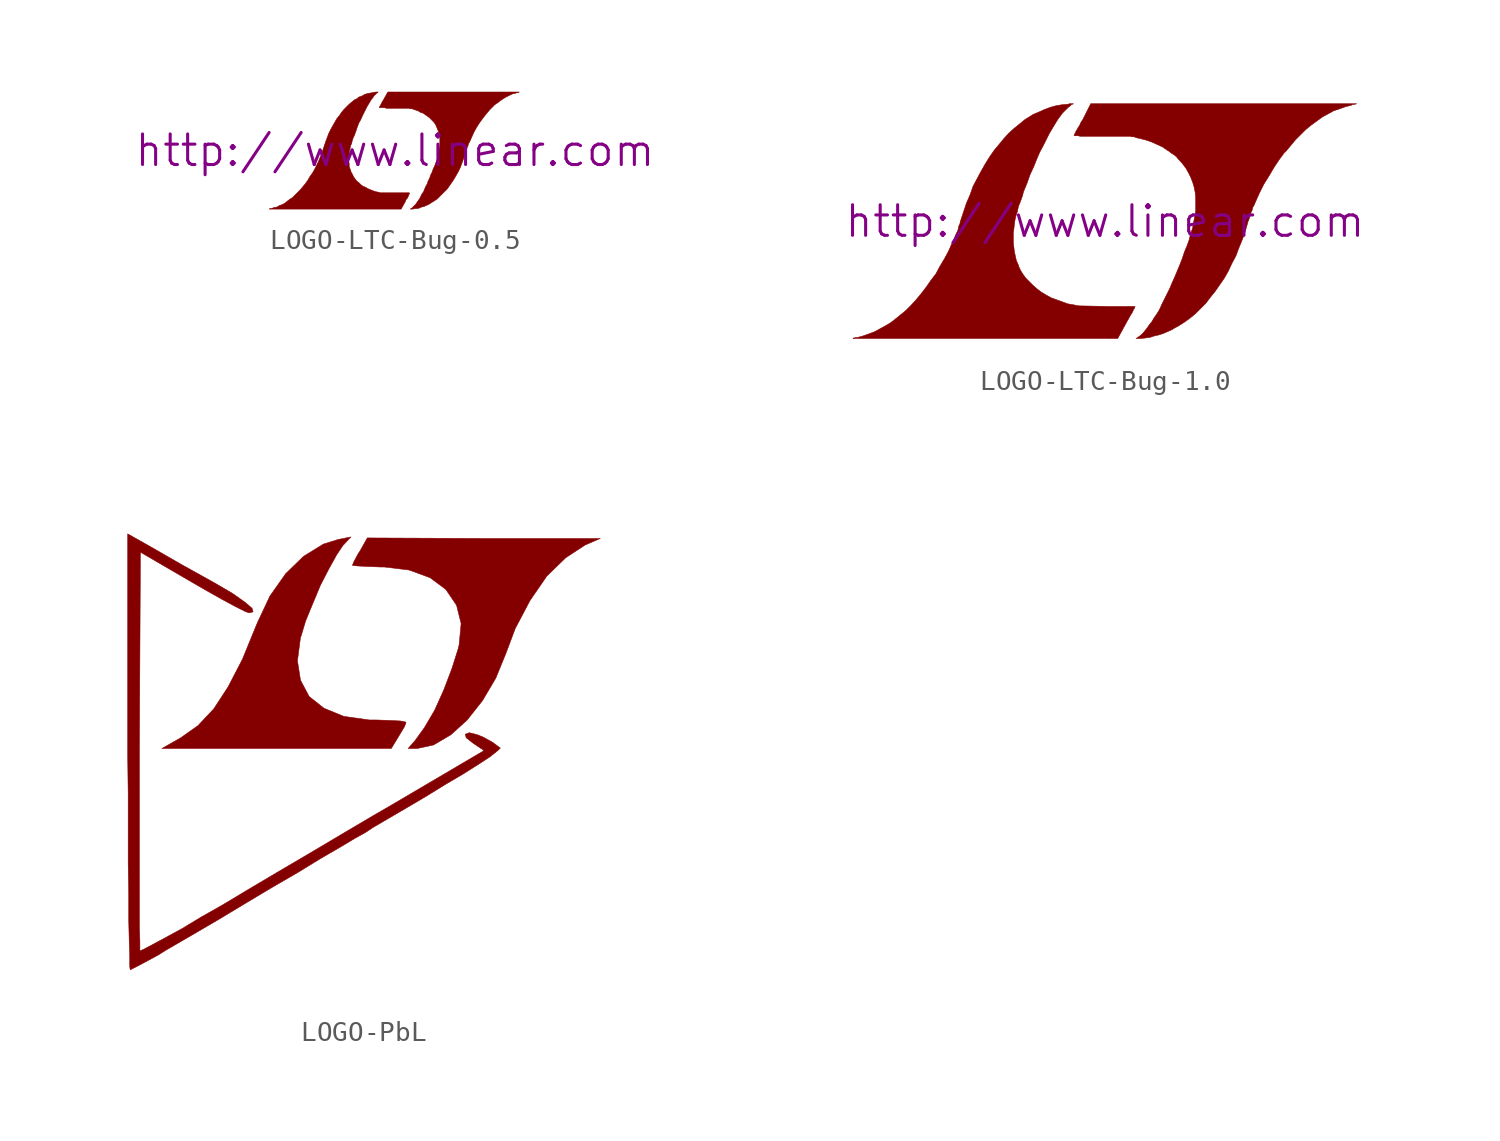
<source format=kicad_sym>
(kicad_symbol_lib
  (version 20201005)
  (generator kicad_symbol_editor)
  (symbol "LOGO-LTC-Bug-0.5"
    (pin_names
      (offset 1.016))
    (property "Reference" "#G"
      (at 0 -2.159 0)
      (effects (font (size 1.524 1.524)) hide))
    (property "Footprint" ""
      (at 0 0 0)
      (effects (font (size 1.524 1.524))))
    (property "Datasheet" "http://www.linear.com"
      (at 0 0 0)
      (effects (font (size 1.524 1.524))))
    (symbol "LOGO-LTC-Bug-0.5_0_0"
      (polyline (pts (xy 0.991 -2.896) (xy 1.092 -2.896) (xy 1.219 -2.87) (xy 1.321 -2.819) (xy 1.448 -2.794) (xy 1.549 -2.743) (xy 1.676 -2.692) (xy 1.829 -2.591) (xy 1.956 -2.515) (xy 2.108 -2.413) (xy 2.616 -1.905) (xy 2.718 -1.753) (xy 2.845 -1.575) (xy 2.946 -1.422) (xy 3.15 -1.067) (xy 3.251 -0.864) (xy 3.404 -0.457) (xy 3.556 0) (xy 3.556 0.025) (xy 3.581 0.102) (xy 3.607 0.152) (xy 3.632 0.229) (xy 3.658 0.279) (xy 3.658 0.33) (xy 3.708 0.406) (xy 3.734 0.457) (xy 3.937 0.914) (xy 4.064 1.143) (xy 4.191 1.346) (xy 4.318 1.524) (xy 4.47 1.727) (xy 4.724 2.032) (xy 4.978 2.286) (xy 5.131 2.388) (xy 5.258 2.489) (xy 5.41 2.591) (xy 5.537 2.667) (xy 5.842 2.819) (xy 5.969 2.845) (xy 6.121 2.896) (xy 6.172 2.896) (xy 6.198 2.921) (xy -0.356 2.921) (xy -0.584 2.515) (xy -0.635 2.438) (xy -0.737 2.235) (xy -0.762 2.21) (xy -0.762 2.159) (xy -0.787 2.134) (xy -0.508 2.134) (xy -0.432 2.108) (xy 0.711 2.108) (xy 0.737 2.083) (xy 0.838 2.083) (xy 1.143 1.981) (xy 1.27 1.905) (xy 1.422 1.854) (xy 1.549 1.753) (xy 1.575 1.753) (xy 1.626 1.702) (xy 1.702 1.651) (xy 1.93 1.422) (xy 2.007 1.321) (xy 2.057 1.219) (xy 2.159 0.965) (xy 2.21 0.864) (xy 2.235 0.711) (xy 2.235 0.254) (xy 2.21 0.127) (xy 2.134 -0.33) (xy 2.083 -0.483) (xy 2.032 -0.61) (xy 1.981 -0.762) (xy 1.905 -0.914) (xy 1.854 -1.067) (xy 1.778 -1.219) (xy 1.727 -1.372) (xy 1.651 -1.524) (xy 1.6 -1.676) (xy 1.524 -1.803) (xy 1.422 -2.057) (xy 1.346 -2.159) (xy 1.219 -2.413) (xy 1.143 -2.515) (xy 1.041 -2.667) (xy 0.838 -2.87) (xy 0.787 -2.896) (xy 0.762 -2.921) (xy 0.889 -2.921) (xy 0.991 -2.896)) (stroke (width 0.025)) (fill (type outline)))
      (polyline (pts (xy 0.533 -2.515) (xy 0.533 -2.489) (xy 0.559 -2.438) (xy 0.61 -2.388) (xy 0.686 -2.235) (xy 0.686 -2.21) (xy 0.711 -2.159) (xy 0.737 -2.134) (xy 0.711 -2.108) (xy -0.737 -2.108) (xy -0.787 -2.083) (xy -0.94 -2.057) (xy -1.092 -2.007) (xy -1.346 -1.905) (xy -1.473 -1.829) (xy -1.6 -1.778) (xy -1.702 -1.702) (xy -1.803 -1.6) (xy -1.905 -1.524) (xy -2.057 -1.321) (xy -2.159 -1.118) (xy -2.184 -1.092) (xy -2.21 -0.991) (xy -2.261 -0.864) (xy -2.286 -0.762) (xy -2.286 -0.635) (xy -2.311 -0.508) (xy -2.311 -0.381) (xy -2.286 -0.305) (xy -2.286 -0.102) (xy -2.261 0.025) (xy -2.235 0.127) (xy -2.21 0.254) (xy -2.159 0.356) (xy -2.134 0.483) (xy -2.083 0.635) (xy -2.032 0.737) (xy -1.956 0.94) (xy -1.88 1.168) (xy -1.803 1.372) (xy -1.702 1.549) (xy -1.626 1.727) (xy -1.397 2.184) (xy -1.168 2.565) (xy -1.092 2.642) (xy -1.092 2.692) (xy -1.041 2.718) (xy -1.016 2.769) (xy -0.965 2.794) (xy -0.94 2.845) (xy -0.889 2.87) (xy -0.838 2.921) (xy -0.94 2.921) (xy -1.092 2.896) (xy -1.219 2.87) (xy -1.372 2.845) (xy -1.524 2.794) (xy -1.651 2.718) (xy -1.803 2.667) (xy -1.93 2.565) (xy -2.007 2.54) (xy -2.134 2.438) (xy -2.286 2.311) (xy -2.54 2.057) (xy -2.667 1.905) (xy -2.769 1.753) (xy -2.896 1.6) (xy -3.2 1.067) (xy -3.302 0.864) (xy -3.454 0.457) (xy -3.607 0) (xy -3.632 -0.051) (xy -3.658 -0.127) (xy -3.658 -0.178) (xy -3.734 -0.33) (xy -3.759 -0.406) (xy -3.785 -0.457) (xy -3.81 -0.533) (xy -4.013 -0.94) (xy -4.115 -1.118) (xy -4.242 -1.295) (xy -4.343 -1.473) (xy -4.47 -1.651) (xy -4.724 -1.956) (xy -5.105 -2.337) (xy -5.258 -2.438) (xy -5.359 -2.515) (xy -5.486 -2.616) (xy -5.613 -2.692) (xy -5.766 -2.743) (xy -5.893 -2.819) (xy -6.045 -2.845) (xy -6.172 -2.896) (xy -6.248 -2.896) (xy -6.274 -2.921) (xy 0.305 -2.921) (xy 0.533 -2.515)) (stroke (width 0.025)) (fill (type outline)))))
  (symbol "LOGO-LTC-Bug-1.0"
    (pin_names
      (offset 1.016))
    (property "Reference" "#G"
      (at 0 -5.105 0)
      (effects (font (size 1.524 1.524)) hide))
    (property "Footprint" ""
      (at 0 0 0)
      (effects (font (size 1.524 1.524))))
    (property "Datasheet" "http://www.linear.com"
      (at 0 0 0)
      (effects (font (size 1.524 1.524))))
    (symbol "LOGO-LTC-Bug-1.0_0_0"
      (polyline (pts (xy 1.067 -5.055) (xy 1.092 -5.004) (xy 1.168 -4.877) (xy 1.219 -4.775) (xy 1.295 -4.648) (xy 1.346 -4.572) (xy 1.397 -4.47) (xy 1.422 -4.394) (xy 1.473 -4.343) (xy 1.473 -4.293) (xy 1.499 -4.267) (xy 1.499 -4.242) (xy 0.102 -4.242) (xy -1.295 -4.216) (xy -1.448 -4.191) (xy -1.549 -4.166) (xy -1.854 -4.115) (xy -2.692 -3.81) (xy -2.921 -3.683) (xy -3.175 -3.531) (xy -3.378 -3.378) (xy -3.581 -3.2) (xy -3.937 -2.845) (xy -4.089 -2.642) (xy -4.216 -2.438) (xy -4.318 -2.21) (xy -4.318 -2.184) (xy -4.42 -1.956) (xy -4.521 -1.499) (xy -4.572 -1.041) (xy -4.572 -0.61) (xy -4.547 -0.406) (xy -4.521 -0.178) (xy -4.496 0.025) (xy -4.445 0.254) (xy -4.369 0.483) (xy -4.318 0.737) (xy -4.216 0.991) (xy -4.115 1.27) (xy -4.064 1.473) (xy -3.886 1.905) (xy -3.734 2.337) (xy -3.556 2.718) (xy -3.404 3.099) (xy -3.251 3.454) (xy -3.073 3.785) (xy -2.769 4.394) (xy -2.464 4.902) (xy -2.337 5.105) (xy -2.184 5.309) (xy -2.134 5.385) (xy -1.829 5.69) (xy -1.753 5.74) (xy -1.651 5.842) (xy -1.6 5.842) (xy -1.575 5.867) (xy -1.778 5.867) (xy -1.829 5.842) (xy -2.134 5.817) (xy -2.438 5.766) (xy -2.718 5.69) (xy -2.997 5.588) (xy -3.277 5.461) (xy -3.581 5.334) (xy -3.861 5.156) (xy -3.988 5.08) (xy -4.267 4.851) (xy -4.521 4.648) (xy -4.801 4.394) (xy -5.055 4.115) (xy -5.283 3.835) (xy -5.537 3.531) (xy -5.766 3.2) (xy -5.969 2.87) (xy -6.172 2.515) (xy -6.579 1.753) (xy -6.731 1.321) (xy -6.909 0.914) (xy -7.214 0) (xy -7.239 -0.127) (xy -7.29 -0.229) (xy -7.315 -0.356) (xy -7.341 -0.457) (xy -7.442 -0.66) (xy -7.544 -0.914) (xy -7.62 -1.067) (xy -7.798 -1.473) (xy -8.001 -1.854) (xy -8.23 -2.235) (xy -8.433 -2.616) (xy -8.687 -2.946) (xy -8.915 -3.277) (xy -9.169 -3.607) (xy -9.423 -3.912) (xy -9.677 -4.191) (xy -9.931 -4.445) (xy -10.49 -4.902) (xy -10.693 -5.055) (xy -10.947 -5.207) (xy -11.506 -5.512) (xy -12.065 -5.715) (xy -12.344 -5.791) (xy -12.446 -5.791) (xy -12.497 -5.817) (xy -12.548 -5.817) (xy -12.573 -5.842) (xy 0.635 -5.842) (xy 1.067 -5.055)) (stroke (width 0.025)) (fill (type outline)))
      (polyline (pts (xy 2.032 -5.817) (xy 2.235 -5.791) (xy 2.464 -5.715) (xy 2.692 -5.664) (xy 2.921 -5.588) (xy 3.378 -5.385) (xy 3.404 -5.359) (xy 3.683 -5.207) (xy 3.962 -5.029) (xy 4.242 -4.826) (xy 4.521 -4.597) (xy 5.029 -4.089) (xy 5.258 -3.785) (xy 5.486 -3.505) (xy 5.944 -2.845) (xy 6.147 -2.489) (xy 6.325 -2.108) (xy 6.528 -1.727) (xy 6.68 -1.321) (xy 6.858 -0.889) (xy 7.01 -0.457) (xy 7.137 0) (xy 7.163 0.051) (xy 7.214 0.203) (xy 7.239 0.33) (xy 7.29 0.457) (xy 7.341 0.559) (xy 7.366 0.686) (xy 7.442 0.813) (xy 7.493 0.94) (xy 7.696 1.397) (xy 7.925 1.854) (xy 8.179 2.261) (xy 8.433 2.692) (xy 8.687 3.073) (xy 8.966 3.454) (xy 8.992 3.454) (xy 9.5 4.064) (xy 10.008 4.572) (xy 10.287 4.801) (xy 10.846 5.207) (xy 11.405 5.512) (xy 11.709 5.613) (xy 11.989 5.715) (xy 12.294 5.791) (xy 12.319 5.817) (xy 12.395 5.817) (xy 12.446 5.842) (xy 12.497 5.842) (xy 12.548 5.867) (xy -0.711 5.867) (xy -1.118 5.055) (xy -1.143 5.029) (xy -1.219 4.902) (xy -1.27 4.775) (xy -1.346 4.674) (xy -1.397 4.572) (xy -1.448 4.496) (xy -1.473 4.42) (xy -1.524 4.343) (xy -1.524 4.293) (xy -1.549 4.267) (xy -1.346 4.267) (xy -1.245 4.242) (xy 1.27 4.242) (xy 1.321 4.216) (xy 1.448 4.216) (xy 1.499 4.191) (xy 1.524 4.191) (xy 1.575 4.166) (xy 1.702 4.14) (xy 2.007 4.064) (xy 2.311 3.962) (xy 2.87 3.708) (xy 3.124 3.531) (xy 3.175 3.505) (xy 3.302 3.404) (xy 3.429 3.327) (xy 3.556 3.226) (xy 3.658 3.099) (xy 3.734 3.023) (xy 3.886 2.845) (xy 4.039 2.642) (xy 4.166 2.413) (xy 4.267 2.21) (xy 4.369 1.956) (xy 4.445 1.702) (xy 4.496 1.448) (xy 4.521 1.168) (xy 4.521 0.508) (xy 4.369 -0.33) (xy 4.267 -0.635) (xy 4.191 -0.94) (xy 4.089 -1.219) (xy 3.962 -1.524) (xy 3.861 -1.829) (xy 3.734 -2.159) (xy 3.48 -2.769) (xy 3.353 -3.048) (xy 3.226 -3.353) (xy 2.845 -4.115) (xy 2.743 -4.343) (xy 2.692 -4.445) (xy 2.565 -4.648) (xy 2.438 -4.826) (xy 2.337 -5.004) (xy 2.21 -5.156) (xy 2.108 -5.309) (xy 1.905 -5.563) (xy 1.803 -5.664) (xy 1.702 -5.74) (xy 1.549 -5.842) (xy 1.803 -5.842) (xy 2.032 -5.817)) (stroke (width 0.025)) (fill (type outline)))))
  (symbol "LOGO-PbL"
    (pin_names
      (offset 1.016))
    (property "Reference" "#G"
      (at 0 -10.592 0)
      (effects (font (size 1.524 1.524)) hide))
    (symbol "LOGO-PbL_0_0"
      (polyline (pts (xy 1.219 0.94) (xy 1.524 1.448) (xy 1.6 1.651) (xy 1.575 1.676) (xy 1.321 1.727) (xy 0.813 1.753) (xy 0.127 1.778) (xy -0.229 1.778) (xy -1.499 1.956) (xy -2.489 2.362) (xy -3.226 2.946) (xy -3.658 3.759) (xy -3.81 4.724) (xy -3.658 5.893) (xy -3.632 5.944) (xy -3.404 6.706) (xy -3.048 7.569) (xy -2.667 8.484) (xy -2.235 9.322) (xy -1.854 10.008) (xy -1.549 10.465) (xy -1.143 10.897) (xy -1.778 10.77) (xy -2.515 10.541) (xy -3.505 9.931) (xy -4.394 9.068) (xy -5.182 7.95) (xy -5.791 6.655) (xy -5.867 6.477) (xy -6.553 4.801) (xy -7.264 3.429) (xy -7.976 2.337) (xy -8.763 1.499) (xy -9.627 0.889) (xy -10.566 0.356) (xy 0.864 0.356) (xy 1.219 0.94)) (stroke (width 0.025)) (fill (type outline)))
      (polyline (pts (xy 2.972 0.533) (xy 3.835 1.041) (xy 4.648 1.778) (xy 5.41 2.743) (xy 6.071 3.861) (xy 6.579 5.105) (xy 7.036 6.325) (xy 7.772 7.722) (xy 8.611 8.941) (xy 9.55 9.855) (xy 10.516 10.49) (xy 11.278 10.82) (xy 5.486 10.82) (xy -0.33 10.846) (xy -0.686 10.211) (xy -0.787 10.058) (xy -0.991 9.677) (xy -1.067 9.5) (xy -1.067 9.474) (xy -0.813 9.449) (xy -0.33 9.423) (xy 0.305 9.398) (xy 0.508 9.398) (xy 1.753 9.246) (xy 2.794 8.865) (xy 3.581 8.28) (xy 4.115 7.493) (xy 4.343 6.579) (xy 4.242 5.512) (xy 4.191 5.309) (xy 3.886 4.343) (xy 3.48 3.277) (xy 3.023 2.261) (xy 2.515 1.397) (xy 2.057 0.762) (xy 1.702 0.356) (xy 2.159 0.356) (xy 2.972 0.533)) (stroke (width 0.025)) (fill (type outline)))
      (polyline (pts (xy -11.836 -10.516) (xy -11.354 -10.262) (xy -10.744 -9.931) (xy -10.338 -9.677) (xy -9.068 -8.941) (xy -7.722 -8.153) (xy -6.375 -7.341) (xy -5.055 -6.553) (xy -3.785 -5.817) (xy -2.667 -5.131) (xy -1.702 -4.572) (xy -0.94 -4.115) (xy -0.432 -3.835) (xy -0.051 -3.581) (xy 0.686 -3.15) (xy 1.6 -2.616) (xy 2.591 -2.032) (xy 3.581 -1.422) (xy 4.445 -0.914) (xy 5.207 -0.432) (xy 5.791 -0.051) (xy 6.172 0.254) (xy 6.299 0.381) (xy 6.223 0.432) (xy 5.918 0.66) (xy 5.461 0.914) (xy 5.156 1.041) (xy 4.75 1.143) (xy 4.547 1.067) (xy 4.597 0.889) (xy 4.953 0.61) (xy 5.486 0.254) (xy 0.914 -2.438) (xy -0.051 -2.997) (xy -1.6 -3.912) (xy -3.226 -4.877) (xy -4.826 -5.817) (xy -6.325 -6.706) (xy -7.595 -7.468) (xy -8.585 -8.026) (xy -9.55 -8.611) (xy -10.389 -9.068) (xy -11.049 -9.423) (xy -11.481 -9.652) (xy -11.659 -9.728) (xy -11.659 -9.246) (xy -11.684 -8.534) (xy -11.684 0.229) (xy -11.633 10.135) (xy -9.017 8.611) (xy -8.357 8.23) (xy -7.544 7.772) (xy -6.883 7.417) (xy -6.426 7.188) (xy -6.223 7.112) (xy -6.02 7.163) (xy -6.071 7.341) (xy -6.426 7.645) (xy -7.036 8.077) (xy -7.95 8.611) (xy -9.55 9.5) (xy -10.389 9.982) (xy -11.049 10.363) (xy -12.268 11.049) (xy -12.268 0.025) (xy -12.243 -1.88) (xy -12.243 -5.359) (xy -12.217 -6.858) (xy -12.217 -8.153) (xy -12.192 -9.195) (xy -12.167 -9.982) (xy -12.167 -10.49) (xy -12.141 -10.668) (xy -11.836 -10.516)) (stroke (width 0.025)) (fill (type outline))))))
</source>
